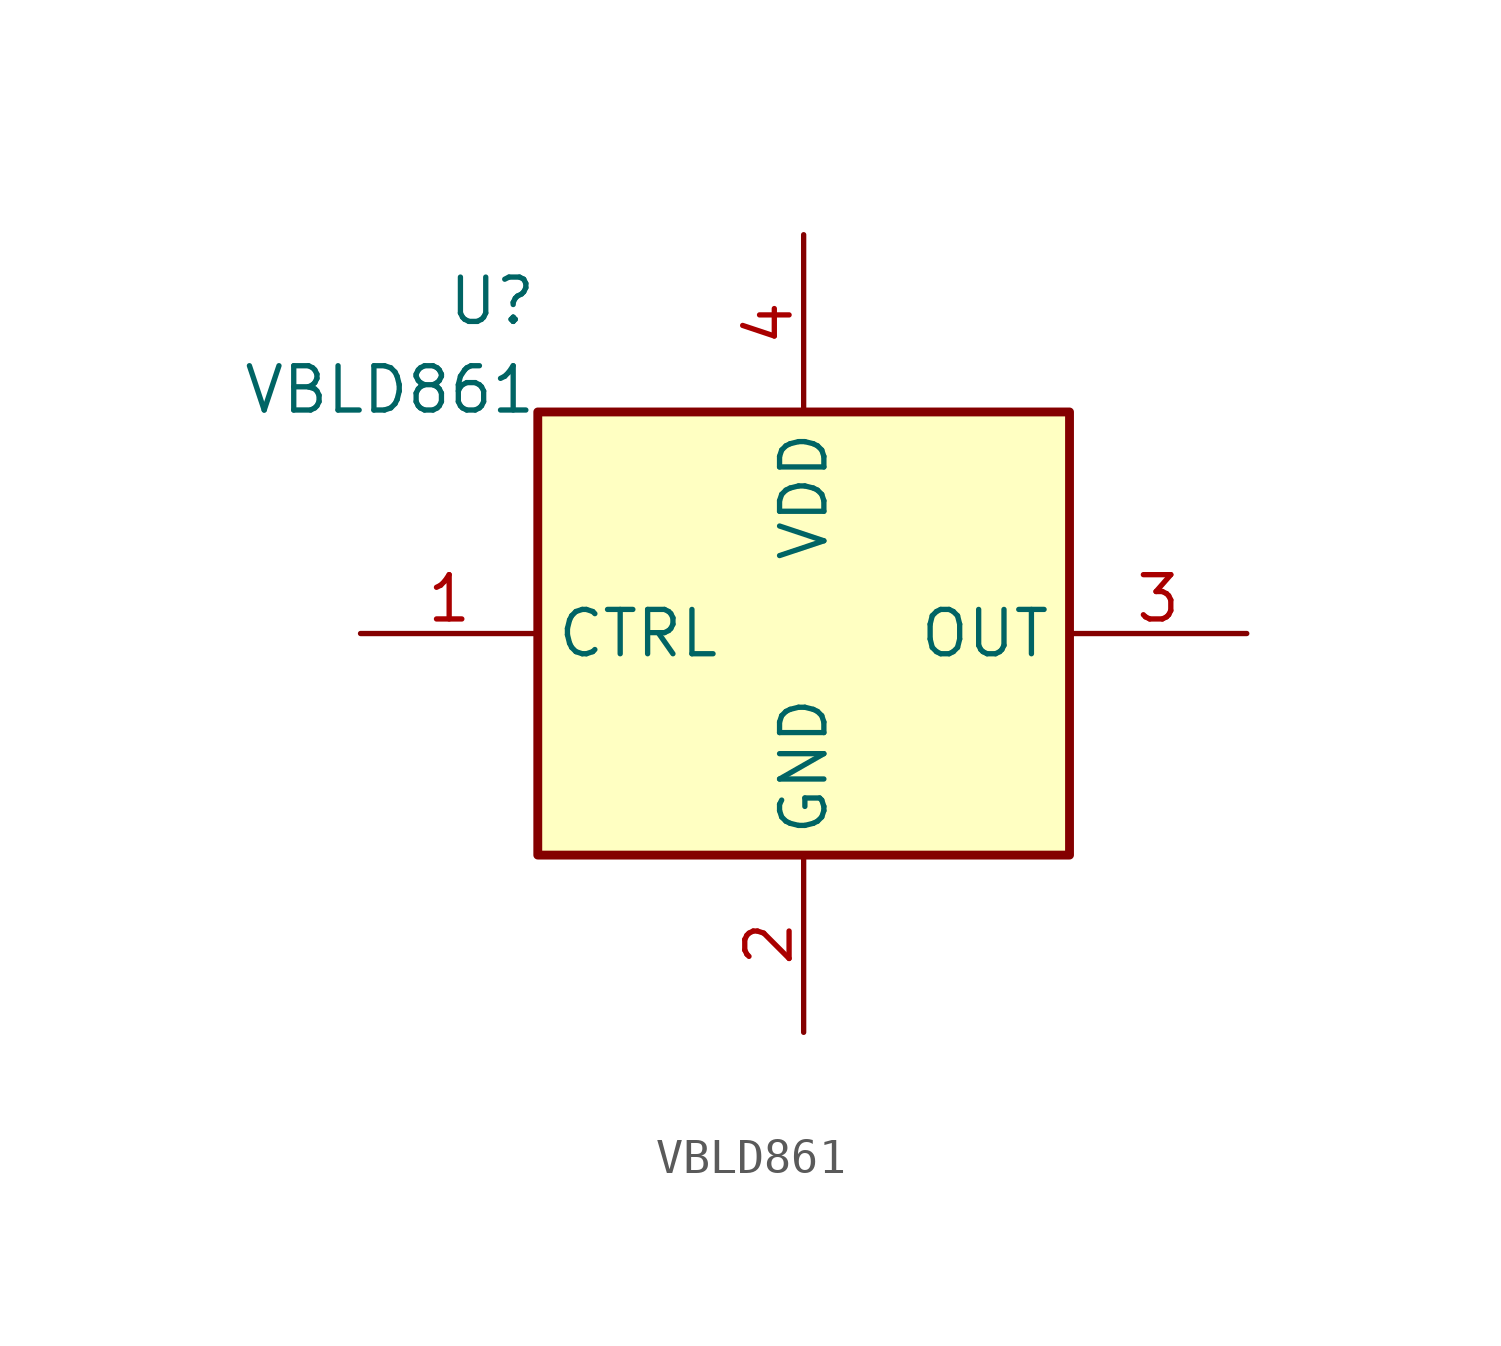
<source format=kicad_sym>
(kicad_symbol_lib
  (version 20241209)
  (generator "kicad_symbol_editor")
  (generator_version "8.0")
  (symbol "VBLD861"
    (property "Reference" "U"
      (at -7.62 9.525 0)
      (effects (font (size 1.27 1.27)) (justify right) (hide no)))
    (property "Value" "VBLD861"
      (at -7.62 6.985 0)
      (effects (font (size 1.27 1.27)) (justify right) (hide no)))
    (symbol "VBLD861_1_1"
      (rectangle (start -7.62 -6.35) (end 7.62 6.35) (stroke (width 0.254) (type solid)) (fill (type background)))
      (pin passive line (at -12.7 0.0 0) (length 5.08) (name "CTRL" (effects (font (size 1.27 1.27)))) (number "1" (effects (font (size 1.27 1.27)))))
      (pin passive line (at 12.7 0.0 180) (length 5.08) (name "OUT" (effects (font (size 1.27 1.27)))) (number "3" (effects (font (size 1.27 1.27)))))
      (pin passive line (at 0.0 11.43 270) (length 5.08) (name "VDD" (effects (font (size 1.27 1.27)))) (number "4" (effects (font (size 1.27 1.27)))))
      (pin passive line (at 0.0 -11.43 90) (length 5.08) (name "GND" (effects (font (size 1.27 1.27)))) (number "2" (effects (font (size 1.27 1.27))))))))
</source>
